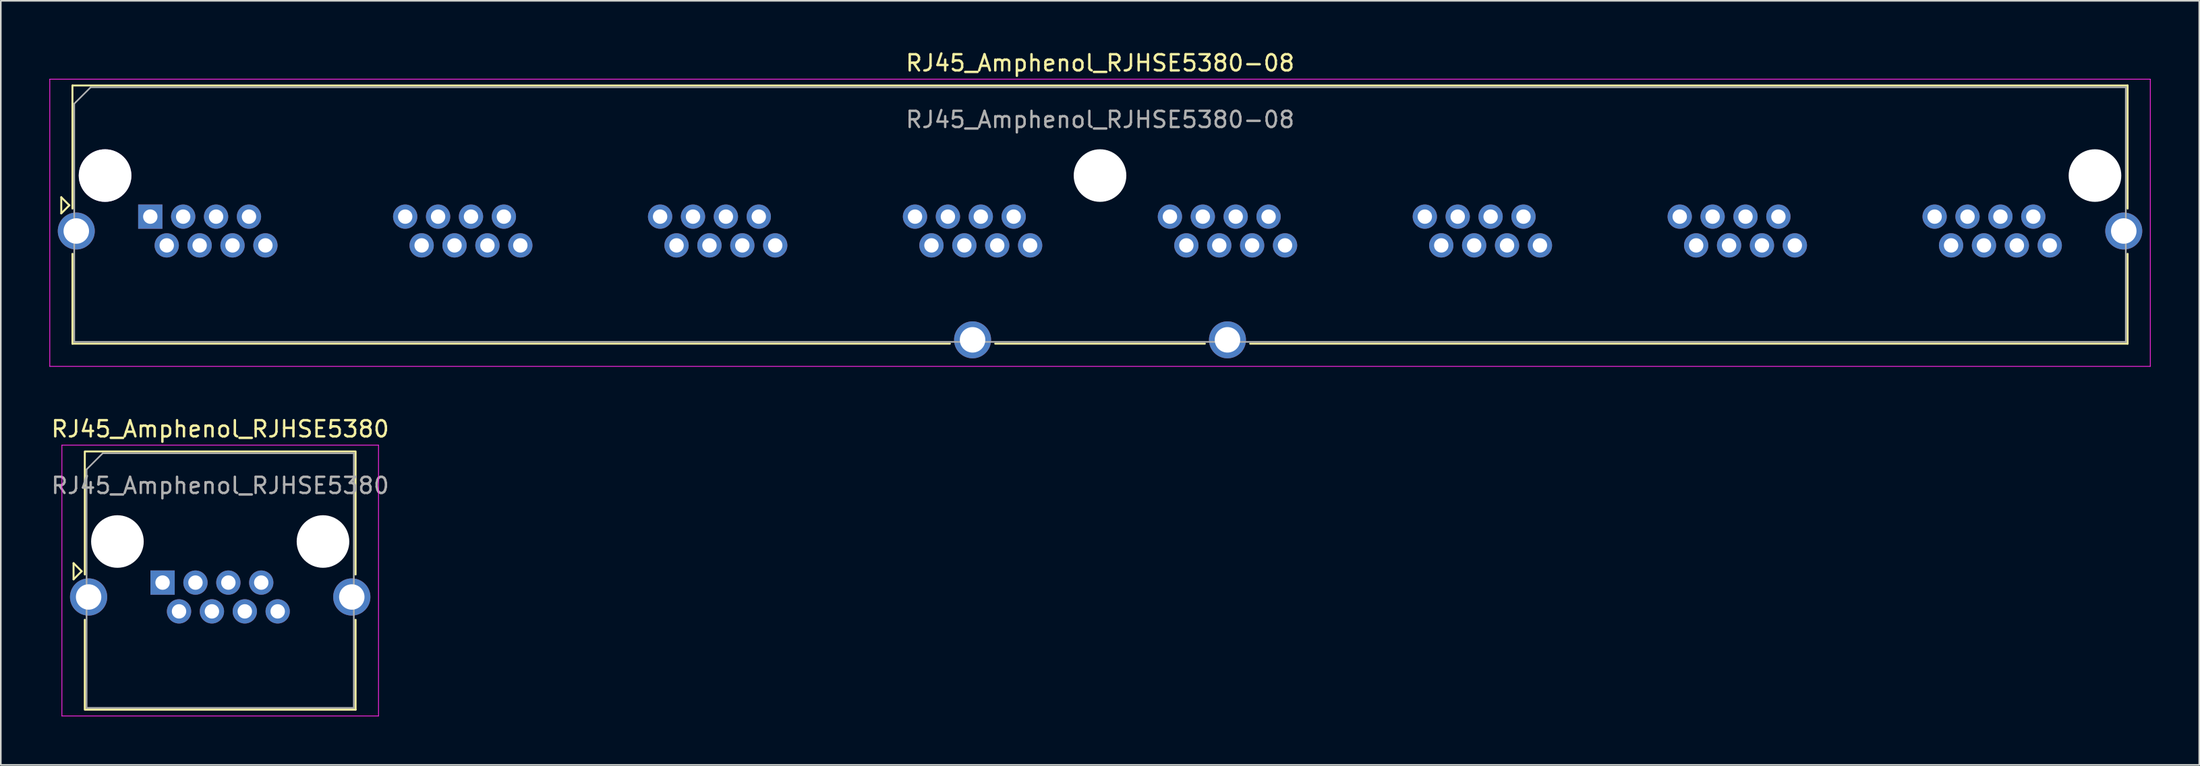
<source format=kicad_pcb>
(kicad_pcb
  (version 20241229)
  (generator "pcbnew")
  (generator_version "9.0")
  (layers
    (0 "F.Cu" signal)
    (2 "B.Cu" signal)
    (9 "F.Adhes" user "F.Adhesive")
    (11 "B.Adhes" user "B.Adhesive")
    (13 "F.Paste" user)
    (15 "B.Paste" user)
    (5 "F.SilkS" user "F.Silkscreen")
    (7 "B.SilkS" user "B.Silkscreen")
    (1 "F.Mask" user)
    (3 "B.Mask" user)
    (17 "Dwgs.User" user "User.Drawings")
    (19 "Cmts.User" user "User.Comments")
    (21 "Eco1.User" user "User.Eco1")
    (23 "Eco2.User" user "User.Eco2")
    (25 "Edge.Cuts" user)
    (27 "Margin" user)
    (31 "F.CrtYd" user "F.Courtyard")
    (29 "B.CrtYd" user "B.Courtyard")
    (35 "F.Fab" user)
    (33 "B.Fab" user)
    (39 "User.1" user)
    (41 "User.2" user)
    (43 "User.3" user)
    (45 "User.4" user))
  (footprint "RJ45_Amphenol_RJHSE5380"
    (layer "F.Cu")
    (at 6.994 32.981)
    (property "Reference" "RJ45_Amphenol_RJHSE5380" (at 3.56 -9.5 0) (layer "F.SilkS") (effects (font (size 1 1) (thickness 0.15))))
    (attr through_hole)
    (fp_line (start -5.5 -1.2) (end -5 -0.7) (stroke (width 0.12) (type solid)) (layer "F.SilkS"))
    (fp_line (start -5.5 -0.2) (end -5.5 -1.2) (stroke (width 0.12) (type solid)) (layer "F.SilkS"))
    (fp_line (start -5 -0.7) (end -5.5 -0.2) (stroke (width 0.12) (type solid)) (layer "F.SilkS"))
    (fp_line (start -4.805 -8.11) (end -4.805 -0.5) (stroke (width 0.12) (type solid)) (layer "F.SilkS"))
    (fp_line (start -4.805 7.86) (end -4.805 2.3) (stroke (width 0.12) (type solid)) (layer "F.SilkS"))
    (fp_line (start -4.76 -8.11) (end 11.88 -8.11) (stroke (width 0.12) (type solid)) (layer "F.SilkS"))
    (fp_line (start -4.76 7.86) (end 11.925 7.86) (stroke (width 0.12) (type solid)) (layer "F.SilkS"))
    (fp_line (start 11.925 -8.11) (end 11.925 -0.5) (stroke (width 0.12) (type solid)) (layer "F.SilkS"))
    (fp_line (start 11.925 7.86) (end 11.925 2.3) (stroke (width 0.12) (type solid)) (layer "F.SilkS"))
    (fp_line (start -6.22 -8.5) (end -6.22 8.25) (stroke (width 0.05) (type solid)) (layer "F.CrtYd"))
    (fp_line (start -6.22 -8.5) (end 13.34 -8.5) (stroke (width 0.05) (type solid)) (layer "F.CrtYd"))
    (fp_line (start -6.22 8.25) (end 13.34 8.25) (stroke (width 0.05) (type solid)) (layer "F.CrtYd"))
    (fp_line (start 13.34 -8.5) (end 13.34 8.25) (stroke (width 0.05) (type solid)) (layer "F.CrtYd"))
    (fp_line (start -4.695 -7) (end -4.695 7.75) (stroke (width 0.1) (type solid)) (layer "F.Fab"))
    (fp_line (start -4.695 -7) (end -3.695 -8) (stroke (width 0.1) (type solid)) (layer "F.Fab"))
    (fp_line (start -4.695 7.75) (end 11.815 7.75) (stroke (width 0.1) (type solid)) (layer "F.Fab"))
    (fp_line (start -3.695 -8) (end 11.815 -8) (stroke (width 0.1) (type solid)) (layer "F.Fab"))
    (fp_line (start 11.815 -8) (end 11.815 7.75) (stroke (width 0.1) (type solid)) (layer "F.Fab"))
    (fp_text user "${REFERENCE}" (at 3.56 -6 0) (layer "F.Fab") (effects (font (size 1 1) (thickness 0.15))))
    (pad "" np_thru_hole circle (at -2.79 -2.54) (size 3.25 3.25) (drill 3.25) (layers "*.Cu" "*.Mask"))
    (pad "" np_thru_hole circle (at 9.91 -2.54) (size 3.25 3.25) (drill 3.25) (layers "*.Cu" "*.Mask"))
    (pad "1" thru_hole rect (at 0 0) (size 1.5 1.5) (drill 0.89) (layers "*.Cu" "*.Mask"))
    (pad "2" thru_hole circle (at 1.016 1.78) (size 1.5 1.5) (drill 0.89) (layers "*.Cu" "*.Mask"))
    (pad "3" thru_hole circle (at 2.032 0) (size 1.5 1.5) (drill 0.89) (layers "*.Cu" "*.Mask"))
    (pad "4" thru_hole circle (at 3.048 1.78) (size 1.5 1.5) (drill 0.89) (layers "*.Cu" "*.Mask"))
    (pad "5" thru_hole circle (at 4.064 0) (size 1.5 1.5) (drill 0.89) (layers "*.Cu" "*.Mask"))
    (pad "6" thru_hole circle (at 5.08 1.78) (size 1.5 1.5) (drill 0.89) (layers "*.Cu" "*.Mask"))
    (pad "7" thru_hole circle (at 6.096 0) (size 1.5 1.5) (drill 0.89) (layers "*.Cu" "*.Mask"))
    (pad "8" thru_hole circle (at 7.112 1.78) (size 1.5 1.5) (drill 0.89) (layers "*.Cu" "*.Mask"))
    (pad "SH" thru_hole circle (at -4.57 0.89) (size 2.3 2.3) (drill 1.57) (layers "*.Cu" "*.Mask"))
    (pad "SH" thru_hole circle (at 11.69 0.89) (size 2.3 2.3) (drill 1.57) (layers "*.Cu" "*.Mask")))
  (footprint "RJ45_Amphenol_RJHSE5380-08"
    (layer "F.Cu")
    (at 6.235 10.348)
    (property "Reference" "RJ45_Amphenol_RJHSE5380-08" (at 58.68 -9.5 0) (layer "F.SilkS") (effects (font (size 1 1) (thickness 0.15))))
    (attr through_hole)
    (fp_line (start -5.5 -1.2) (end -5 -0.7) (stroke (width 0.12) (type solid)) (layer "F.SilkS"))
    (fp_line (start -5.5 -0.2) (end -5.5 -1.2) (stroke (width 0.12) (type solid)) (layer "F.SilkS"))
    (fp_line (start -5 -0.7) (end -5.5 -0.2) (stroke (width 0.12) (type solid)) (layer "F.SilkS"))
    (fp_line (start -4.809 -8.111) (end -4.809 -0.5) (stroke (width 0.12) (type solid)) (layer "F.SilkS"))
    (fp_line (start -4.809 7.857) (end 49.4 7.857) (stroke (width 0.12) (type solid)) (layer "F.SilkS"))
    (fp_line (start -4.809 7.86) (end -4.809 2.3) (stroke (width 0.12) (type solid)) (layer "F.SilkS"))
    (fp_line (start -4.805 -8.111) (end 122.157 -8.111) (stroke (width 0.12) (type solid)) (layer "F.SilkS"))
    (fp_line (start 52.2 7.857) (end 65.15 7.857) (stroke (width 0.12) (type solid)) (layer "F.SilkS"))
    (fp_line (start 67.95 7.857) (end 122.157 7.857) (stroke (width 0.12) (type solid)) (layer "F.SilkS"))
    (fp_line (start 122.157 -8.111) (end 122.157 -0.5) (stroke (width 0.12) (type solid)) (layer "F.SilkS"))
    (fp_line (start 122.157 7.857) (end 122.157 2.3) (stroke (width 0.12) (type solid)) (layer "F.SilkS"))
    (fp_line (start -6.21 -8.5) (end -6.21 9.26) (stroke (width 0.05) (type solid)) (layer "F.CrtYd"))
    (fp_line (start -6.21 -8.5) (end 123.56 -8.5) (stroke (width 0.05) (type solid)) (layer "F.CrtYd"))
    (fp_line (start -6.21 9.26) (end 123.56 9.26) (stroke (width 0.05) (type solid)) (layer "F.CrtYd"))
    (fp_line (start 123.56 -8.5) (end 123.56 9.26) (stroke (width 0.05) (type solid)) (layer "F.CrtYd"))
    (fp_line (start -4.699 -6.985) (end -4.699 7.747) (stroke (width 0.1) (type solid)) (layer "F.Fab"))
    (fp_line (start -4.699 -6.985) (end -3.683 -8.001) (stroke (width 0.1) (type solid)) (layer "F.Fab"))
    (fp_line (start -4.699 7.747) (end 122.047 7.747) (stroke (width 0.1) (type solid)) (layer "F.Fab"))
    (fp_line (start -3.683 -8.001) (end 122.047 -8.001) (stroke (width 0.1) (type solid)) (layer "F.Fab"))
    (fp_line (start 122.047 -8) (end 122.047 7.75) (stroke (width 0.1) (type solid)) (layer "F.Fab"))
    (fp_text user "${REFERENCE}" (at 58.68 -6 0) (layer "F.Fab") (effects (font (size 1 1) (thickness 0.15))))
    (pad "" np_thru_hole circle (at -2.794 -2.54) (size 3.251 3.251) (drill 3.25) (layers "*.Cu" "*.Mask"))
    (pad "" np_thru_hole circle (at 58.674 -2.54) (size 3.251 3.251) (drill 3.251) (layers "*.Cu" "*.Mask"))
    (pad "" np_thru_hole circle (at 120.142 -2.54) (size 3.251 3.251) (drill 3.251) (layers "*.Cu" "*.Mask"))
    (pad "1" thru_hole rect (at 0 0) (size 1.499 1.499) (drill 0.889) (layers "*.Cu" "*.Mask"))
    (pad "2" thru_hole circle (at 1.016 1.778) (size 1.499 1.499) (drill 0.889) (layers "*.Cu" "*.Mask"))
    (pad "3" thru_hole circle (at 2.032 0) (size 1.499 1.499) (drill 0.889) (layers "*.Cu" "*.Mask"))
    (pad "4" thru_hole circle (at 3.048 1.778) (size 1.499 1.499) (drill 0.889) (layers "*.Cu" "*.Mask"))
    (pad "5" thru_hole circle (at 4.064 0) (size 1.499 1.499) (drill 0.889) (layers "*.Cu" "*.Mask"))
    (pad "6" thru_hole circle (at 5.08 1.778) (size 1.499 1.499) (drill 0.889) (layers "*.Cu" "*.Mask"))
    (pad "7" thru_hole circle (at 6.096 0) (size 1.499 1.499) (drill 0.889) (layers "*.Cu" "*.Mask"))
    (pad "8" thru_hole circle (at 7.112 1.778) (size 1.499 1.499) (drill 0.889) (layers "*.Cu" "*.Mask"))
    (pad "9" thru_hole circle (at 15.748 0) (size 1.499 1.499) (drill 0.889) (layers "*.Cu" "*.Mask"))
    (pad "10" thru_hole circle (at 16.764 1.778) (size 1.499 1.499) (drill 0.889) (layers "*.Cu" "*.Mask"))
    (pad "11" thru_hole circle (at 17.78 0) (size 1.499 1.499) (drill 0.889) (layers "*.Cu" "*.Mask"))
    (pad "12" thru_hole circle (at 18.796 1.778) (size 1.499 1.499) (drill 0.889) (layers "*.Cu" "*.Mask"))
    (pad "13" thru_hole circle (at 19.812 0) (size 1.499 1.499) (drill 0.889) (layers "*.Cu" "*.Mask"))
    (pad "14" thru_hole circle (at 20.828 1.778) (size 1.499 1.499) (drill 0.889) (layers "*.Cu" "*.Mask"))
    (pad "15" thru_hole circle (at 21.844 0) (size 1.499 1.499) (drill 0.889) (layers "*.Cu" "*.Mask"))
    (pad "16" thru_hole circle (at 22.86 1.778) (size 1.499 1.499) (drill 0.889) (layers "*.Cu" "*.Mask"))
    (pad "17" thru_hole circle (at 31.496 0) (size 1.499 1.499) (drill 0.889) (layers "*.Cu" "*.Mask"))
    (pad "18" thru_hole circle (at 32.512 1.778) (size 1.499 1.499) (drill 0.889) (layers "*.Cu" "*.Mask"))
    (pad "19" thru_hole circle (at 33.528 0) (size 1.499 1.499) (drill 0.889) (layers "*.Cu" "*.Mask"))
    (pad "20" thru_hole circle (at 34.544 1.778) (size 1.499 1.499) (drill 0.889) (layers "*.Cu" "*.Mask"))
    (pad "21" thru_hole circle (at 35.56 0) (size 1.499 1.499) (drill 0.889) (layers "*.Cu" "*.Mask"))
    (pad "22" thru_hole circle (at 36.576 1.778) (size 1.499 1.499) (drill 0.889) (layers "*.Cu" "*.Mask"))
    (pad "23" thru_hole circle (at 37.592 0) (size 1.499 1.499) (drill 0.889) (layers "*.Cu" "*.Mask"))
    (pad "24" thru_hole circle (at 38.608 1.778) (size 1.499 1.499) (drill 0.889) (layers "*.Cu" "*.Mask"))
    (pad "25" thru_hole circle (at 47.244 0) (size 1.499 1.499) (drill 0.889) (layers "*.Cu" "*.Mask"))
    (pad "26" thru_hole circle (at 48.26 1.778) (size 1.499 1.499) (drill 0.889) (layers "*.Cu" "*.Mask"))
    (pad "27" thru_hole circle (at 49.276 0) (size 1.499 1.499) (drill 0.889) (layers "*.Cu" "*.Mask"))
    (pad "28" thru_hole circle (at 50.292 1.778) (size 1.499 1.499) (drill 0.889) (layers "*.Cu" "*.Mask"))
    (pad "29" thru_hole circle (at 51.308 0) (size 1.499 1.499) (drill 0.889) (layers "*.Cu" "*.Mask"))
    (pad "30" thru_hole circle (at 52.324 1.778) (size 1.499 1.499) (drill 0.889) (layers "*.Cu" "*.Mask"))
    (pad "31" thru_hole circle (at 53.34 0) (size 1.499 1.499) (drill 0.889) (layers "*.Cu" "*.Mask"))
    (pad "32" thru_hole circle (at 54.356 1.778) (size 1.499 1.499) (drill 0.889) (layers "*.Cu" "*.Mask"))
    (pad "33" thru_hole circle (at 62.992 0) (size 1.499 1.499) (drill 0.889) (layers "*.Cu" "*.Mask"))
    (pad "34" thru_hole circle (at 64.008 1.778) (size 1.499 1.499) (drill 0.889) (layers "*.Cu" "*.Mask"))
    (pad "35" thru_hole circle (at 65.024 0) (size 1.499 1.499) (drill 0.889) (layers "*.Cu" "*.Mask"))
    (pad "36" thru_hole circle (at 66.04 1.778) (size 1.499 1.499) (drill 0.889) (layers "*.Cu" "*.Mask"))
    (pad "37" thru_hole circle (at 67.056 0) (size 1.499 1.499) (drill 0.889) (layers "*.Cu" "*.Mask"))
    (pad "38" thru_hole circle (at 68.072 1.778) (size 1.499 1.499) (drill 0.889) (layers "*.Cu" "*.Mask"))
    (pad "39" thru_hole circle (at 69.088 0) (size 1.499 1.499) (drill 0.889) (layers "*.Cu" "*.Mask"))
    (pad "40" thru_hole circle (at 70.104 1.778) (size 1.499 1.499) (drill 0.889) (layers "*.Cu" "*.Mask"))
    (pad "41" thru_hole circle (at 78.74 0) (size 1.499 1.499) (drill 0.889) (layers "*.Cu" "*.Mask"))
    (pad "42" thru_hole circle (at 79.756 1.778) (size 1.499 1.499) (drill 0.889) (layers "*.Cu" "*.Mask"))
    (pad "43" thru_hole circle (at 80.772 0) (size 1.499 1.499) (drill 0.889) (layers "*.Cu" "*.Mask"))
    (pad "44" thru_hole circle (at 81.788 1.778) (size 1.499 1.499) (drill 0.889) (layers "*.Cu" "*.Mask"))
    (pad "45" thru_hole circle (at 82.804 0) (size 1.499 1.499) (drill 0.889) (layers "*.Cu" "*.Mask"))
    (pad "46" thru_hole circle (at 83.82 1.778) (size 1.499 1.499) (drill 0.889) (layers "*.Cu" "*.Mask"))
    (pad "47" thru_hole circle (at 84.836 0) (size 1.499 1.499) (drill 0.889) (layers "*.Cu" "*.Mask"))
    (pad "48" thru_hole circle (at 85.852 1.778) (size 1.499 1.499) (drill 0.889) (layers "*.Cu" "*.Mask"))
    (pad "49" thru_hole circle (at 94.488 0) (size 1.499 1.499) (drill 0.889) (layers "*.Cu" "*.Mask"))
    (pad "50" thru_hole circle (at 95.504 1.778) (size 1.499 1.499) (drill 0.889) (layers "*.Cu" "*.Mask"))
    (pad "51" thru_hole circle (at 96.52 0) (size 1.499 1.499) (drill 0.889) (layers "*.Cu" "*.Mask"))
    (pad "52" thru_hole circle (at 97.536 1.778) (size 1.499 1.499) (drill 0.889) (layers "*.Cu" "*.Mask"))
    (pad "53" thru_hole circle (at 98.552 0) (size 1.499 1.499) (drill 0.889) (layers "*.Cu" "*.Mask"))
    (pad "54" thru_hole circle (at 99.568 1.778) (size 1.499 1.499) (drill 0.889) (layers "*.Cu" "*.Mask"))
    (pad "55" thru_hole circle (at 100.584 0) (size 1.499 1.499) (drill 0.889) (layers "*.Cu" "*.Mask"))
    (pad "56" thru_hole circle (at 101.6 1.778) (size 1.499 1.499) (drill 0.889) (layers "*.Cu" "*.Mask"))
    (pad "57" thru_hole circle (at 110.236 0) (size 1.499 1.499) (drill 0.889) (layers "*.Cu" "*.Mask"))
    (pad "58" thru_hole circle (at 111.252 1.778) (size 1.499 1.499) (drill 0.889) (layers "*.Cu" "*.Mask"))
    (pad "59" thru_hole circle (at 112.268 0) (size 1.499 1.499) (drill 0.889) (layers "*.Cu" "*.Mask"))
    (pad "60" thru_hole circle (at 113.284 1.778) (size 1.499 1.499) (drill 0.889) (layers "*.Cu" "*.Mask"))
    (pad "61" thru_hole circle (at 114.3 0) (size 1.499 1.499) (drill 0.889) (layers "*.Cu" "*.Mask"))
    (pad "62" thru_hole circle (at 115.316 1.778) (size 1.499 1.499) (drill 0.89) (layers "*.Cu" "*.Mask"))
    (pad "63" thru_hole circle (at 116.332 0) (size 1.499 1.499) (drill 0.889) (layers "*.Cu" "*.Mask"))
    (pad "64" thru_hole circle (at 117.348 1.778) (size 1.499 1.499) (drill 0.889) (layers "*.Cu" "*.Mask"))
    (pad "SH" thru_hole circle (at -4.572 0.889) (size 2.286 2.286) (drill 1.575) (layers "*.Cu" "*.Mask"))
    (pad "SH" thru_hole circle (at 50.8 7.62) (size 2.286 2.286) (drill 1.575) (layers "*.Cu" "*.Mask"))
    (pad "SH" thru_hole circle (at 66.548 7.62) (size 2.286 2.286) (drill 1.575) (layers "*.Cu" "*.Mask"))
    (pad "SH" thru_hole circle (at 121.92 0.889) (size 2.286 2.286) (drill 1.575) (layers "*.Cu" "*.Mask")))
  (gr_rect
    (start -3 -3)
    (end 132.82 44.257)
    (stroke (width 0.1) (type default))
    (fill no)
    (layer "Edge.Cuts")))
</source>
